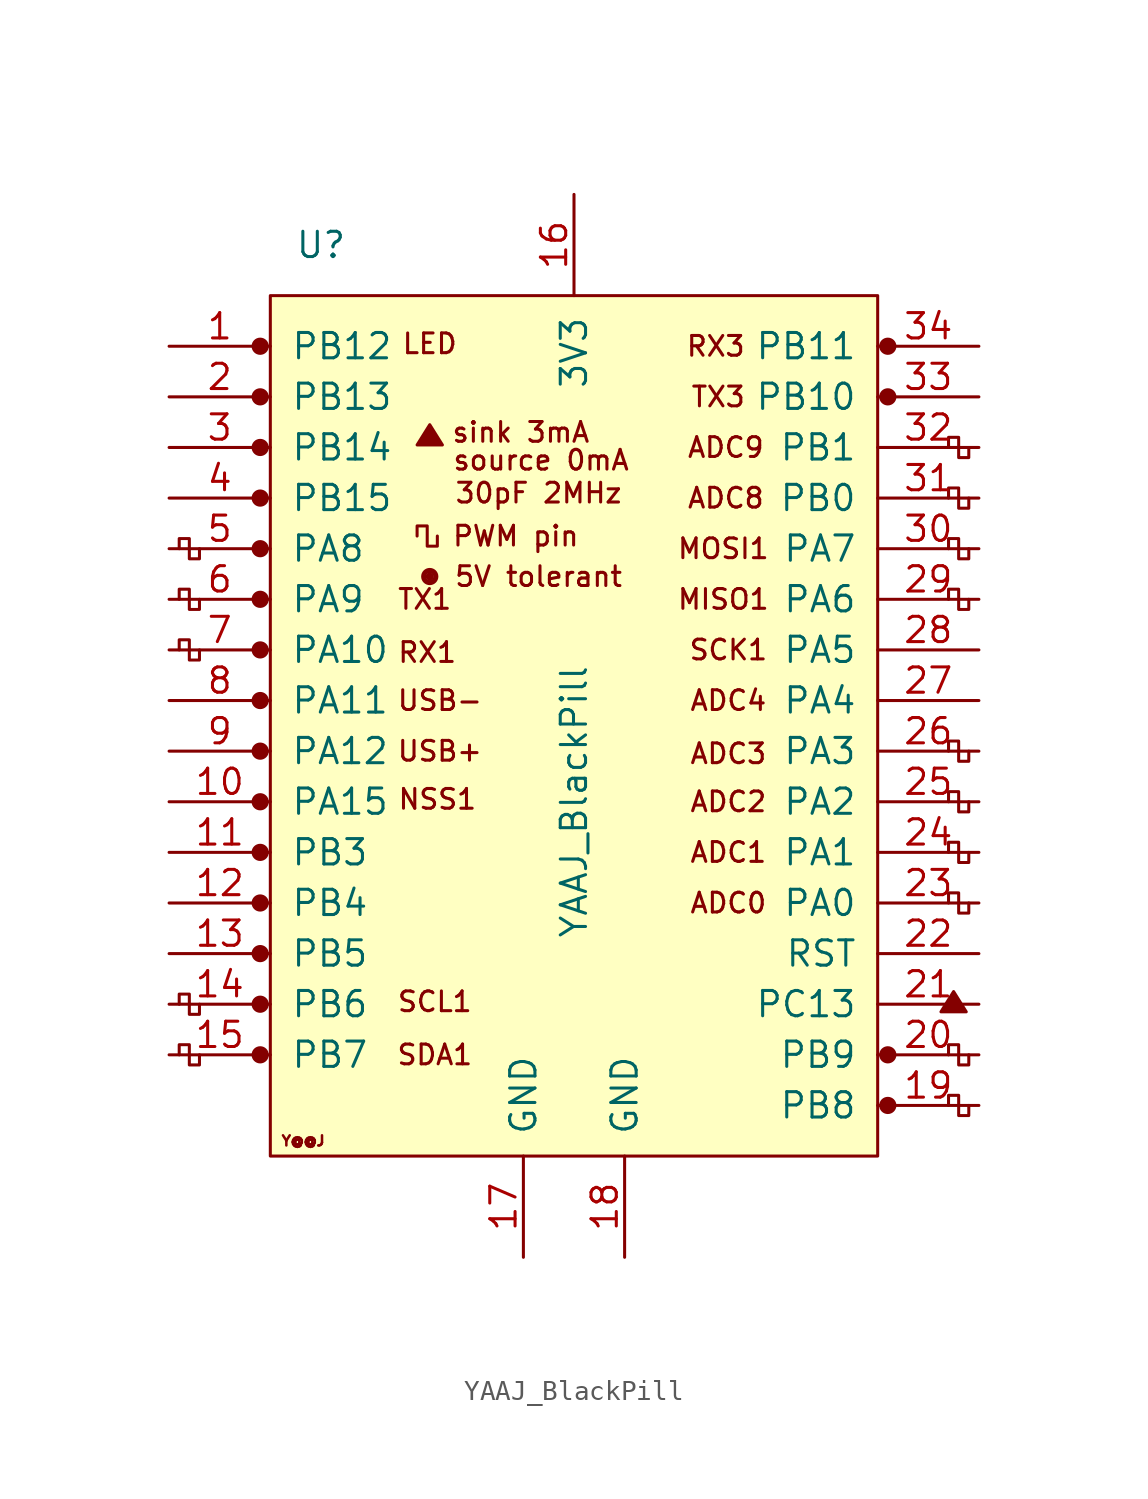
<source format=kicad_sym>
(kicad_symbol_lib
  (version 20241209)
  (generator "kicad_symbol_editor")
  (generator_version "9.0")
  (symbol "YAAJ_BlackPill"
    (pin_names
      (offset 1.016))
    (property "Reference" "U"
      (at -12.7 22.86 0)
      (effects (font (size 1.27 1.27))))
    (property "Value" "YAAJ_BlackPill"
      (at 0 -5.08 90)
      (effects (font (size 1.27 1.27))))
    (symbol "YAAJ_BlackPill_0_0"
      (circle (center -15.748 17.78) (radius 0.356) (stroke (width 0) (type solid)) (fill (type outline)))
      (circle (center -15.748 12.7) (radius 0.356) (stroke (width 0) (type solid)) (fill (type outline)))
      (circle (center -15.748 10.16) (radius 0.356) (stroke (width 0) (type solid)) (fill (type outline)))
      (circle (center -15.748 7.62) (radius 0.356) (stroke (width 0) (type solid)) (fill (type outline)))
      (circle (center -15.748 5.08) (radius 0.356) (stroke (width 0) (type solid)) (fill (type outline)))
      (circle (center -15.748 2.54) (radius 0.356) (stroke (width 0) (type solid)) (fill (type outline)))
      (circle (center -15.748 0) (radius 0.356) (stroke (width 0) (type solid)) (fill (type outline)))
      (circle (center -15.748 -2.54) (radius 0.356) (stroke (width 0) (type solid)) (fill (type outline)))
      (circle (center -15.748 -5.08) (radius 0.356) (stroke (width 0) (type solid)) (fill (type outline)))
      (circle (center -15.748 -7.62) (radius 0.356) (stroke (width 0) (type solid)) (fill (type outline)))
      (circle (center -15.748 -10.16) (radius 0.356) (stroke (width 0) (type solid)) (fill (type outline)))
      (circle (center -15.748 -12.7) (radius 0.356) (stroke (width 0) (type solid)) (fill (type outline)))
      (circle (center -15.748 -15.24) (radius 0.356) (stroke (width 0) (type solid)) (fill (type outline)))
      (circle (center -15.748 -17.78) (radius 0.356) (stroke (width 0) (type solid)) (fill (type outline)))
      (polyline (pts (xy -7.874 12.827) (xy -7.239 13.843) (xy -6.604 12.827) (xy -7.874 12.827) (xy -7.239 13.716) (xy -6.731 12.827) (xy -7.747 12.954) (xy -7.239 13.589) (xy -6.858 12.827) (xy -7.62 13.081) (xy -7.112 13.462) (xy -6.985 12.827) (xy -7.493 13.208) (xy -6.985 13.335) (xy -7.112 12.954) (xy -7.366 13.208) (xy -7.112 13.081) (xy -7.239 13.335)) (stroke (width 0) (type solid)) (fill (type none)))
      (circle (center -7.239 6.223) (radius 0.127) (stroke (width 0) (type solid)) (fill (type outline)))
      (circle (center -7.239 6.223) (radius 0.254) (stroke (width 0) (type solid)) (fill (type none)))
      (circle (center -7.239 6.223) (radius 0.356) (stroke (width 0) (type solid)) (fill (type none)))
      (circle (center 15.748 17.78) (radius 0.254) (stroke (width 0) (type solid)) (fill (type outline)))
      (circle (center 15.748 17.78) (radius 0.356) (stroke (width 0) (type solid)) (fill (type none)))
      (circle (center 15.748 15.24) (radius 0.254) (stroke (width 0) (type solid)) (fill (type outline)))
      (circle (center 15.748 15.24) (radius 0.356) (stroke (width 0) (type solid)) (fill (type none)))
      (circle (center 15.748 -17.78) (radius 0.356) (stroke (width 0) (type solid)) (fill (type outline)))
      (circle (center 15.748 -20.32) (radius 0.356) (stroke (width 0) (type solid)) (fill (type outline)))
      (polyline (pts (xy 18.415 -15.621) (xy 19.05 -14.605) (xy 19.685 -15.621) (xy 18.415 -15.621) (xy 19.05 -14.732) (xy 19.558 -15.621) (xy 18.542 -15.494) (xy 19.05 -14.859) (xy 19.431 -15.621) (xy 18.669 -15.367) (xy 19.177 -14.986) (xy 19.304 -15.621) (xy 18.796 -15.24) (xy 19.304 -15.113) (xy 19.177 -15.494) (xy 18.923 -15.24) (xy 19.177 -15.367) (xy 19.05 -15.113)) (stroke (width 0) (type solid)) (fill (type none)))
      (text "Y@@J" (at -13.589 -22.098 0) (effects (font (size 0.508 0.508))))
      (text "TX1" (at -7.493 5.08 0) (effects (font (size 0.991 0.991))))
      (text "RX1" (at -7.366 2.413 0) (effects (font (size 0.991 0.991))))
      (text "LED" (at -7.239 17.907 0) (effects (font (size 0.991 0.991))))
      (text "SCL1" (at -6.985 -15.113 0) (effects (font (size 0.991 0.991))))
      (text "SDA1" (at -6.985 -17.78 0) (effects (font (size 0.991 0.991))))
      (text "NSS1" (at -6.858 -4.953 0) (effects (font (size 0.991 0.991))))
      (text "USB-" (at -6.731 0 0) (effects (font (size 0.991 0.991))))
      (text "USB+" (at -6.731 -2.54 0) (effects (font (size 0.991 0.991))))
      (text "PWM pin" (at -2.921 8.255 0) (effects (font (size 0.991 0.991))))
      (text "sink 3mA" (at -2.667 13.462 0) (effects (font (size 0.991 0.991))))
      (text "30pF 2MHz" (at -1.778 10.414 0) (effects (font (size 0.991 0.991))))
      (text "5V tolerant" (at -1.778 6.223 0) (effects (font (size 0.991 0.991))))
      (text "source 0mA" (at -1.651 12.065 0) (effects (font (size 0.991 0.991))))
      (text "RX3" (at 7.112 17.78 0) (effects (font (size 0.991 0.991))))
      (text "TX3" (at 7.239 15.24 0) (effects (font (size 0.991 0.991))))
      (text "MOSI1" (at 7.493 7.62 0) (effects (font (size 0.991 0.991))))
      (text "MISO1" (at 7.493 5.08 0) (effects (font (size 0.991 0.991))))
      (text "ADC9" (at 7.62 12.7 0) (effects (font (size 0.991 0.991))))
      (text "ADC8" (at 7.62 10.16 0) (effects (font (size 0.991 0.991))))
      (text "SCK1" (at 7.747 2.54 0) (effects (font (size 0.991 0.991))))
      (text "ADC4" (at 7.747 0 0) (effects (font (size 0.991 0.991))))
      (text "ADC3" (at 7.747 -2.667 0) (effects (font (size 0.991 0.991))))
      (text "ADC2" (at 7.747 -5.08 0) (effects (font (size 0.991 0.991))))
      (text "ADC1" (at 7.747 -7.62 0) (effects (font (size 0.991 0.991))))
      (text "ADC0" (at 7.747 -10.16 0) (effects (font (size 0.991 0.991)))))
    (symbol "YAAJ_BlackPill_0_1"
      (polyline (pts (xy -18.796 7.62) (xy -18.796 7.112) (xy -19.304 7.112) (xy -19.304 8.128) (xy -19.812 8.128) (xy -19.812 7.62)) (stroke (width 0) (type solid)) (fill (type none)))
      (polyline (pts (xy -18.796 5.08) (xy -18.796 4.572) (xy -19.304 4.572) (xy -19.304 5.588) (xy -19.812 5.588) (xy -19.812 5.08)) (stroke (width 0) (type solid)) (fill (type none)))
      (polyline (pts (xy -18.796 2.54) (xy -18.796 2.032) (xy -19.304 2.032) (xy -19.304 3.048) (xy -19.812 3.048) (xy -19.812 2.54)) (stroke (width 0) (type solid)) (fill (type none)))
      (polyline (pts (xy -18.796 -15.24) (xy -18.796 -15.748) (xy -19.304 -15.748) (xy -19.304 -14.732) (xy -19.812 -14.732) (xy -19.812 -15.24)) (stroke (width 0) (type solid)) (fill (type none)))
      (polyline (pts (xy -18.796 -17.78) (xy -18.796 -18.288) (xy -19.304 -18.288) (xy -19.304 -17.272) (xy -19.812 -17.272) (xy -19.812 -17.78)) (stroke (width 0) (type solid)) (fill (type none)))
      (rectangle (start -15.24 20.32) (end 15.24 -22.86) (stroke (width 0) (type solid)) (fill (type background)))
      (polyline (pts (xy -6.858 8.255) (xy -6.858 7.747) (xy -7.366 7.747) (xy -7.366 8.763) (xy -7.874 8.763) (xy -7.874 8.255)) (stroke (width 0) (type solid)) (fill (type none)))
      (polyline (pts (xy 18.796 -17.78) (xy 18.796 -17.272) (xy 19.304 -17.272) (xy 19.304 -18.288) (xy 19.812 -18.288) (xy 19.812 -17.78)) (stroke (width 0) (type solid)) (fill (type none)))
      (polyline (pts (xy 18.796 -20.32) (xy 18.796 -19.812) (xy 19.304 -19.812) (xy 19.304 -20.828) (xy 19.812 -20.828) (xy 19.812 -20.32)) (stroke (width 0) (type solid)) (fill (type none)))
      (polyline (pts (xy 19.812 12.7) (xy 19.812 12.192) (xy 19.304 12.192) (xy 19.304 13.208) (xy 18.796 13.208) (xy 18.796 12.7)) (stroke (width 0) (type solid)) (fill (type none)))
      (polyline (pts (xy 19.812 10.16) (xy 19.812 9.652) (xy 19.304 9.652) (xy 19.304 10.668) (xy 18.796 10.668) (xy 18.796 10.16)) (stroke (width 0) (type solid)) (fill (type none)))
      (polyline (pts (xy 19.812 7.62) (xy 19.812 7.112) (xy 19.304 7.112) (xy 19.304 8.128) (xy 18.796 8.128) (xy 18.796 7.62)) (stroke (width 0) (type solid)) (fill (type none)))
      (polyline (pts (xy 19.812 5.08) (xy 19.812 4.572) (xy 19.304 4.572) (xy 19.304 5.588) (xy 18.796 5.588) (xy 18.796 5.08)) (stroke (width 0) (type solid)) (fill (type none)))
      (polyline (pts (xy 19.812 -2.54) (xy 19.812 -3.048) (xy 19.304 -3.048) (xy 19.304 -2.032) (xy 18.796 -2.032) (xy 18.796 -2.54)) (stroke (width 0) (type solid)) (fill (type none)))
      (polyline (pts (xy 19.812 -5.08) (xy 19.812 -5.588) (xy 19.304 -5.588) (xy 19.304 -4.572) (xy 18.796 -4.572) (xy 18.796 -5.08)) (stroke (width 0) (type solid)) (fill (type none)))
      (polyline (pts (xy 19.812 -7.62) (xy 19.812 -8.128) (xy 19.304 -8.128) (xy 19.304 -7.112) (xy 18.796 -7.112) (xy 18.796 -7.62)) (stroke (width 0) (type solid)) (fill (type none)))
      (polyline (pts (xy 19.812 -10.16) (xy 19.812 -10.668) (xy 19.304 -10.668) (xy 19.304 -9.652) (xy 18.796 -9.652) (xy 18.796 -10.16)) (stroke (width 0) (type solid)) (fill (type none))))
    (symbol "YAAJ_BlackPill_1_1"
      (circle (center -15.748 15.24) (radius 0.356) (stroke (width 0) (type solid)) (fill (type outline)))
      (pin bidirectional line (at -20.32 17.78 0) (length 5.08) (name "PB12" (effects (font (size 1.27 1.27)))) (number "1" (effects (font (size 1.27 1.27)))))
      (pin bidirectional line (at -20.32 15.24 0) (length 5.08) (name "PB13" (effects (font (size 1.27 1.27)))) (number "2" (effects (font (size 1.27 1.27)))))
      (pin bidirectional line (at -20.32 12.7 0) (length 5.08) (name "PB14" (effects (font (size 1.27 1.27)))) (number "3" (effects (font (size 1.27 1.27)))))
      (pin bidirectional line (at -20.32 10.16 0) (length 5.08) (name "PB15" (effects (font (size 1.27 1.27)))) (number "4" (effects (font (size 1.27 1.27)))))
      (pin bidirectional line (at -20.32 7.62 0) (length 5.08) (name "PA8" (effects (font (size 1.27 1.27)))) (number "5" (effects (font (size 1.27 1.27)))))
      (pin bidirectional line (at -20.32 5.08 0) (length 5.08) (name "PA9" (effects (font (size 1.27 1.27)))) (number "6" (effects (font (size 1.27 1.27)))))
      (pin bidirectional line (at -20.32 2.54 0) (length 5.08) (name "PA10" (effects (font (size 1.27 1.27)))) (number "7" (effects (font (size 1.27 1.27)))))
      (pin bidirectional line (at -20.32 0 0) (length 5.08) (name "PA11" (effects (font (size 1.27 1.27)))) (number "8" (effects (font (size 1.27 1.27)))))
      (pin bidirectional line (at -20.32 -2.54 0) (length 5.08) (name "PA12" (effects (font (size 1.27 1.27)))) (number "9" (effects (font (size 1.27 1.27)))))
      (pin bidirectional line (at -20.32 -5.08 0) (length 5.08) (name "PA15" (effects (font (size 1.27 1.27)))) (number "10" (effects (font (size 1.27 1.27)))))
      (pin bidirectional line (at -20.32 -7.62 0) (length 5.08) (name "PB3" (effects (font (size 1.27 1.27)))) (number "11" (effects (font (size 1.27 1.27)))))
      (pin bidirectional line (at -20.32 -10.16 0) (length 5.08) (name "PB4" (effects (font (size 1.27 1.27)))) (number "12" (effects (font (size 1.27 1.27)))))
      (pin bidirectional line (at -20.32 -12.7 0) (length 5.08) (name "PB5" (effects (font (size 1.27 1.27)))) (number "13" (effects (font (size 1.27 1.27)))))
      (pin bidirectional line (at -20.32 -15.24 0) (length 5.08) (name "PB6" (effects (font (size 1.27 1.27)))) (number "14" (effects (font (size 1.27 1.27)))))
      (pin bidirectional line (at -20.32 -17.78 0) (length 5.08) (name "PB7" (effects (font (size 1.27 1.27)))) (number "15" (effects (font (size 1.27 1.27)))))
      (pin power_in line (at -2.54 -27.94 90) (length 5.08) (name "GND" (effects (font (size 1.27 1.27)))) (number "17" (effects (font (size 1.27 1.27)))))
      (pin power_in line (at 0 25.4 270) (length 5.08) (name "3V3" (effects (font (size 1.27 1.27)))) (number "16" (effects (font (size 1.27 1.27)))))
      (pin power_in line (at 2.54 -27.94 90) (length 5.08) (name "GND" (effects (font (size 1.27 1.27)))) (number "18" (effects (font (size 1.27 1.27)))))
      (pin bidirectional line (at 20.32 17.78 180) (length 5.08) (name "PB11" (effects (font (size 1.27 1.27)))) (number "34" (effects (font (size 1.27 1.27)))))
      (pin bidirectional line (at 20.32 15.24 180) (length 5.08) (name "PB10" (effects (font (size 1.27 1.27)))) (number "33" (effects (font (size 1.27 1.27)))))
      (pin bidirectional line (at 20.32 12.7 180) (length 5.08) (name "PB1" (effects (font (size 1.27 1.27)))) (number "32" (effects (font (size 1.27 1.27)))))
      (pin bidirectional line (at 20.32 10.16 180) (length 5.08) (name "PB0" (effects (font (size 1.27 1.27)))) (number "31" (effects (font (size 1.27 1.27)))))
      (pin bidirectional line (at 20.32 7.62 180) (length 5.08) (name "PA7" (effects (font (size 1.27 1.27)))) (number "30" (effects (font (size 1.27 1.27)))))
      (pin bidirectional line (at 20.32 5.08 180) (length 5.08) (name "PA6" (effects (font (size 1.27 1.27)))) (number "29" (effects (font (size 1.27 1.27)))))
      (pin bidirectional line (at 20.32 2.54 180) (length 5.08) (name "PA5" (effects (font (size 1.27 1.27)))) (number "28" (effects (font (size 1.27 1.27)))))
      (pin bidirectional line (at 20.32 0 180) (length 5.08) (name "PA4" (effects (font (size 1.27 1.27)))) (number "27" (effects (font (size 1.27 1.27)))))
      (pin bidirectional line (at 20.32 -2.54 180) (length 5.08) (name "PA3" (effects (font (size 1.27 1.27)))) (number "26" (effects (font (size 1.27 1.27)))))
      (pin bidirectional line (at 20.32 -5.08 180) (length 5.08) (name "PA2" (effects (font (size 1.27 1.27)))) (number "25" (effects (font (size 1.27 1.27)))))
      (pin bidirectional line (at 20.32 -7.62 180) (length 5.08) (name "PA1" (effects (font (size 1.27 1.27)))) (number "24" (effects (font (size 1.27 1.27)))))
      (pin bidirectional line (at 20.32 -10.16 180) (length 5.08) (name "PA0" (effects (font (size 1.27 1.27)))) (number "23" (effects (font (size 1.27 1.27)))))
      (pin input line (at 20.32 -12.7 180) (length 5.08) (name "RST" (effects (font (size 1.27 1.27)))) (number "22" (effects (font (size 1.27 1.27)))))
      (pin bidirectional line (at 20.32 -15.24 180) (length 5.08) (name "PC13" (effects (font (size 1.27 1.27)))) (number "21" (effects (font (size 1.27 1.27)))))
      (pin bidirectional line (at 20.32 -17.78 180) (length 5.08) (name "PB9" (effects (font (size 1.27 1.27)))) (number "20" (effects (font (size 1.27 1.27)))))
      (pin bidirectional line (at 20.32 -20.32 180) (length 5.08) (name "PB8" (effects (font (size 1.27 1.27)))) (number "19" (effects (font (size 1.27 1.27))))))))
</source>
